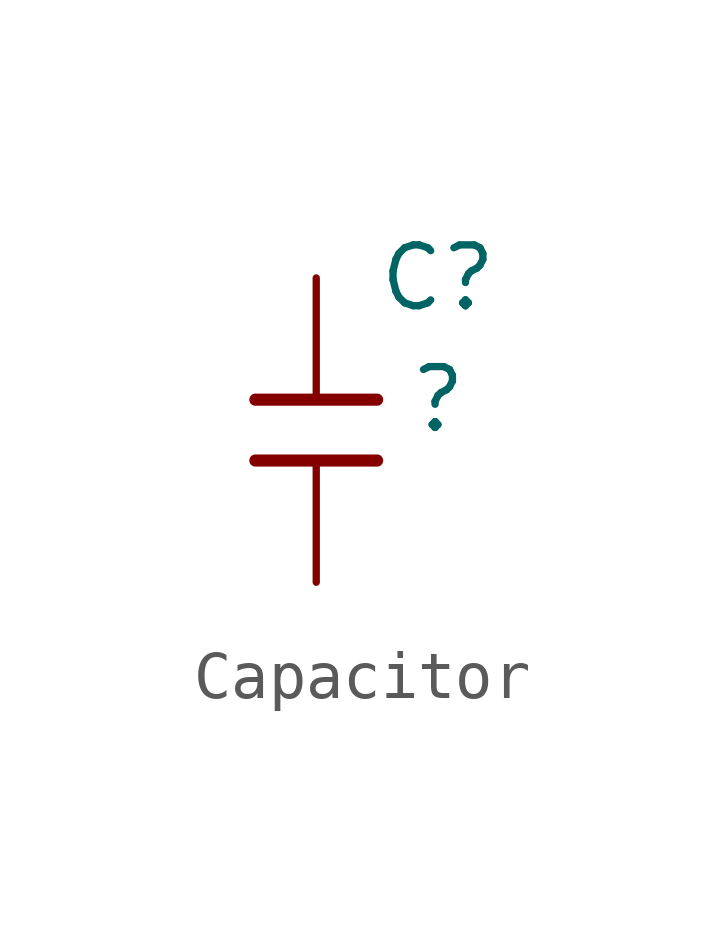
<source format=kicad_sym>
(kicad_symbol_lib
  (version 20231120)
  (generator "kicad_symbol_editor")
  (generator_version "8.0")
  (symbol "Capacitor"
    (pin_numbers hide)
    (pin_names hide)
    (property "Reference" "C"
      (at 2.54 0 0)
      (effects (font (size 1.27 1.27))))
    (property "Value" "?"
      (at 2.54 -2.54 0)
      (effects (font (size 1.27 1.27))))
    (symbol "Capacitor_1_1"
      (polyline (pts (xy -1.27 -3.81) (xy 1.27 -3.81)) (stroke (width 0.254) (type default)) (fill (type none)))
      (polyline (pts (xy -1.27 -2.54) (xy 1.27 -2.54)) (stroke (width 0.254) (type default)) (fill (type none)))
      (pin passive line (at 0 0 270) (length 2.54) (name "1" (effects (font (size 1.27 1.27)))) (number "1" (effects (font (size 1.27 1.27)))))
      (pin passive line (at 0 -6.35 90) (length 2.54) (name "2" (effects (font (size 1.27 1.27)))) (number "2" (effects (font (size 1.27 1.27))))))))
</source>
